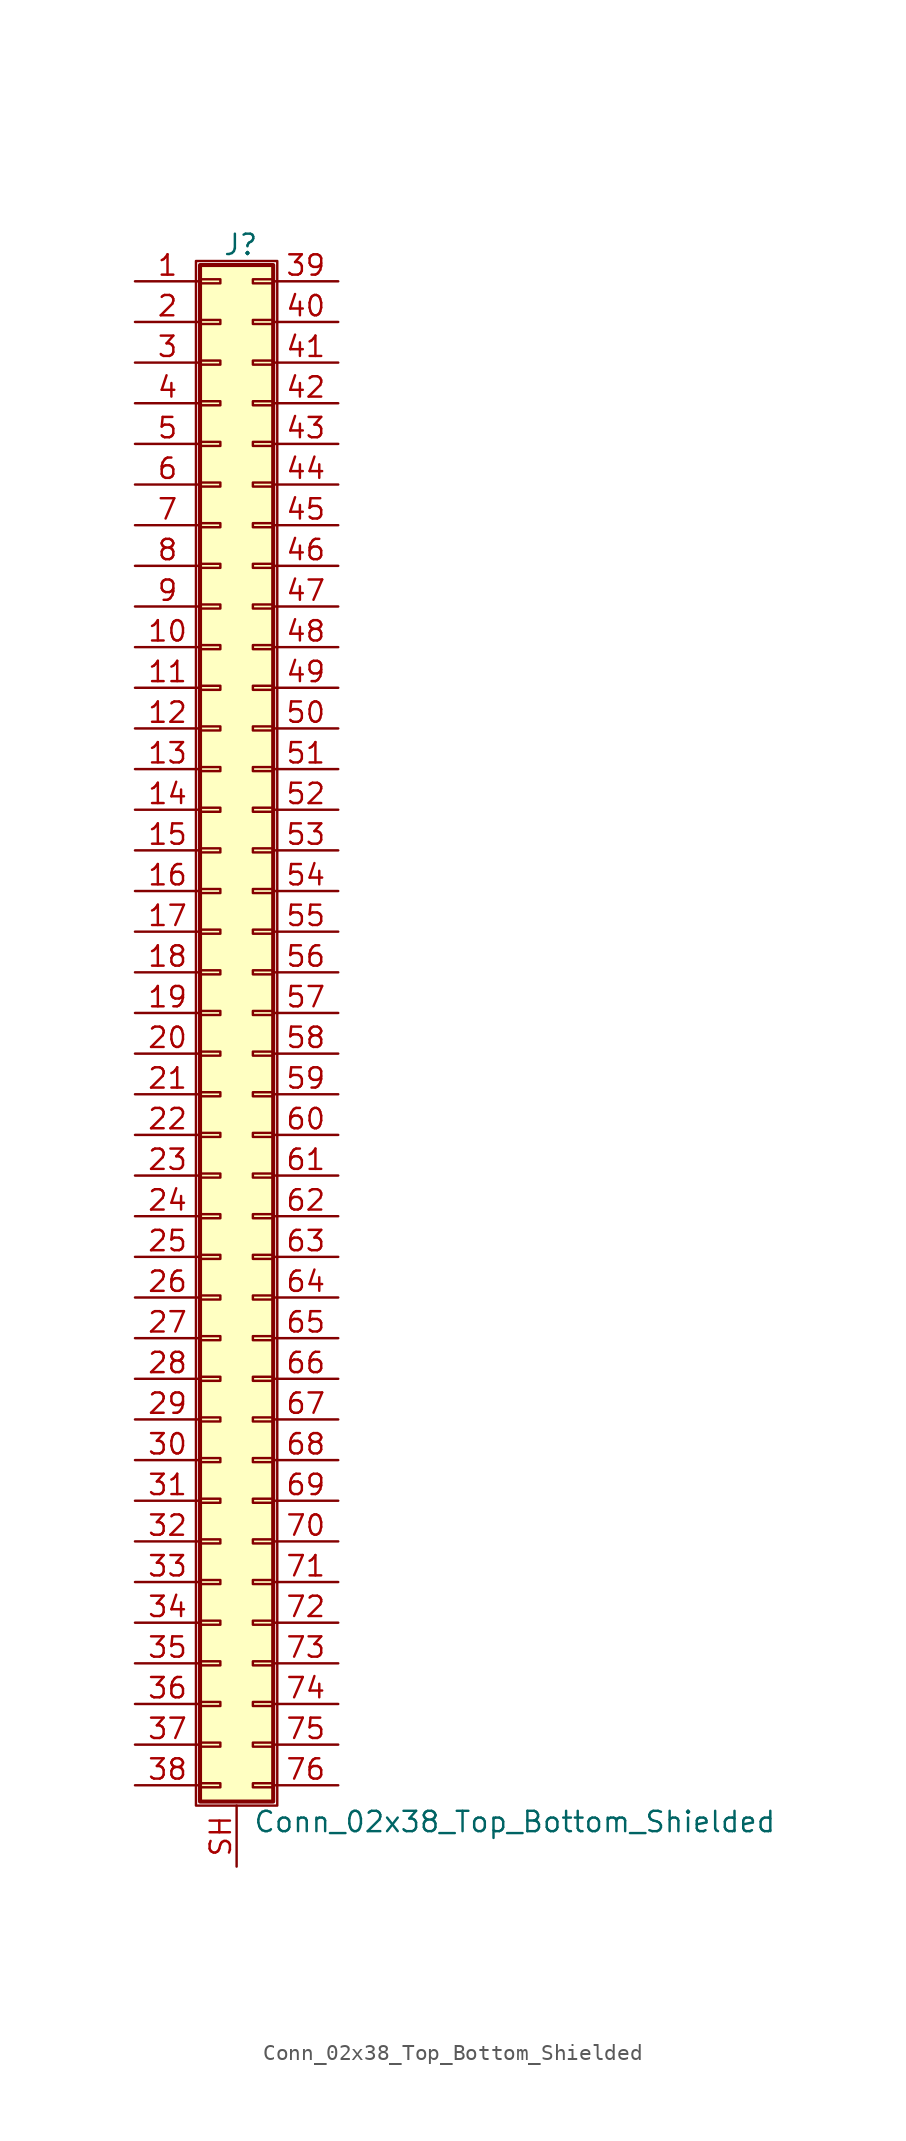
<source format=kicad_sym>
(kicad_symbol_lib
  (version 20220914)
  (generator kicad_symbol_editor)
  (symbol "Conn_02x38_Top_Bottom_Shielded"
    (pin_names
      (offset 1.016) hide)
    (property "Reference" "J"
      (at 1.524 48.006 0)
      (effects (font (size 1.27 1.27))))
    (property "Value" "Conn_02x38_Top_Bottom_Shielded"
      (at 2.286 -50.546 0)
      (effects (font (size 1.27 1.27)) (justify left)))
    (symbol "Conn_02x38_Top_Bottom_Shielded_1_1"
      (rectangle (start -1.27 46.99) (end 3.81 -49.53) (stroke (width 0.152) (type default)) (fill (type none)))
      (rectangle (start -1.016 -48.133) (end 0.254 -48.387) (stroke (width 0.152) (type default)) (fill (type none)))
      (rectangle (start -1.016 -45.593) (end 0.254 -45.847) (stroke (width 0.152) (type default)) (fill (type none)))
      (rectangle (start -1.016 -43.053) (end 0.254 -43.307) (stroke (width 0.152) (type default)) (fill (type none)))
      (rectangle (start -1.016 -40.513) (end 0.254 -40.767) (stroke (width 0.152) (type default)) (fill (type none)))
      (rectangle (start -1.016 -37.973) (end 0.254 -38.227) (stroke (width 0.152) (type default)) (fill (type none)))
      (rectangle (start -1.016 -35.433) (end 0.254 -35.687) (stroke (width 0.152) (type default)) (fill (type none)))
      (rectangle (start -1.016 -32.893) (end 0.254 -33.147) (stroke (width 0.152) (type default)) (fill (type none)))
      (rectangle (start -1.016 -30.353) (end 0.254 -30.607) (stroke (width 0.152) (type default)) (fill (type none)))
      (rectangle (start -1.016 -27.813) (end 0.254 -28.067) (stroke (width 0.152) (type default)) (fill (type none)))
      (rectangle (start -1.016 -25.273) (end 0.254 -25.527) (stroke (width 0.152) (type default)) (fill (type none)))
      (rectangle (start -1.016 -22.733) (end 0.254 -22.987) (stroke (width 0.152) (type default)) (fill (type none)))
      (rectangle (start -1.016 -20.193) (end 0.254 -20.447) (stroke (width 0.152) (type default)) (fill (type none)))
      (rectangle (start -1.016 -17.653) (end 0.254 -17.907) (stroke (width 0.152) (type default)) (fill (type none)))
      (rectangle (start -1.016 -15.113) (end 0.254 -15.367) (stroke (width 0.152) (type default)) (fill (type none)))
      (rectangle (start -1.016 -12.573) (end 0.254 -12.827) (stroke (width 0.152) (type default)) (fill (type none)))
      (rectangle (start -1.016 -10.033) (end 0.254 -10.287) (stroke (width 0.152) (type default)) (fill (type none)))
      (rectangle (start -1.016 -7.493) (end 0.254 -7.747) (stroke (width 0.152) (type default)) (fill (type none)))
      (rectangle (start -1.016 -4.953) (end 0.254 -5.207) (stroke (width 0.152) (type default)) (fill (type none)))
      (rectangle (start -1.016 -2.413) (end 0.254 -2.667) (stroke (width 0.152) (type default)) (fill (type none)))
      (rectangle (start -1.016 0.127) (end 0.254 -0.127) (stroke (width 0.152) (type default)) (fill (type none)))
      (rectangle (start -1.016 2.667) (end 0.254 2.413) (stroke (width 0.152) (type default)) (fill (type none)))
      (rectangle (start -1.016 5.207) (end 0.254 4.953) (stroke (width 0.152) (type default)) (fill (type none)))
      (rectangle (start -1.016 7.747) (end 0.254 7.493) (stroke (width 0.152) (type default)) (fill (type none)))
      (rectangle (start -1.016 10.287) (end 0.254 10.033) (stroke (width 0.152) (type default)) (fill (type none)))
      (rectangle (start -1.016 12.827) (end 0.254 12.573) (stroke (width 0.152) (type default)) (fill (type none)))
      (rectangle (start -1.016 15.367) (end 0.254 15.113) (stroke (width 0.152) (type default)) (fill (type none)))
      (rectangle (start -1.016 17.907) (end 0.254 17.653) (stroke (width 0.152) (type default)) (fill (type none)))
      (rectangle (start -1.016 20.447) (end 0.254 20.193) (stroke (width 0.152) (type default)) (fill (type none)))
      (rectangle (start -1.016 22.987) (end 0.254 22.733) (stroke (width 0.152) (type default)) (fill (type none)))
      (rectangle (start -1.016 25.527) (end 0.254 25.273) (stroke (width 0.152) (type default)) (fill (type none)))
      (rectangle (start -1.016 28.067) (end 0.254 27.813) (stroke (width 0.152) (type default)) (fill (type none)))
      (rectangle (start -1.016 30.607) (end 0.254 30.353) (stroke (width 0.152) (type default)) (fill (type none)))
      (rectangle (start -1.016 33.147) (end 0.254 32.893) (stroke (width 0.152) (type default)) (fill (type none)))
      (rectangle (start -1.016 35.687) (end 0.254 35.433) (stroke (width 0.152) (type default)) (fill (type none)))
      (rectangle (start -1.016 38.227) (end 0.254 37.973) (stroke (width 0.152) (type default)) (fill (type none)))
      (rectangle (start -1.016 40.767) (end 0.254 40.513) (stroke (width 0.152) (type default)) (fill (type none)))
      (rectangle (start -1.016 43.307) (end 0.254 43.053) (stroke (width 0.152) (type default)) (fill (type none)))
      (rectangle (start -1.016 45.847) (end 0.254 45.593) (stroke (width 0.152) (type default)) (fill (type none)))
      (rectangle (start -1.016 46.736) (end 3.556 -49.276) (stroke (width 0.254) (type default)) (fill (type background)))
      (rectangle (start 3.556 -48.133) (end 2.286 -48.387) (stroke (width 0.152) (type default)) (fill (type none)))
      (rectangle (start 3.556 -45.593) (end 2.286 -45.847) (stroke (width 0.152) (type default)) (fill (type none)))
      (rectangle (start 3.556 -43.053) (end 2.286 -43.307) (stroke (width 0.152) (type default)) (fill (type none)))
      (rectangle (start 3.556 -40.513) (end 2.286 -40.767) (stroke (width 0.152) (type default)) (fill (type none)))
      (rectangle (start 3.556 -37.973) (end 2.286 -38.227) (stroke (width 0.152) (type default)) (fill (type none)))
      (rectangle (start 3.556 -35.433) (end 2.286 -35.687) (stroke (width 0.152) (type default)) (fill (type none)))
      (rectangle (start 3.556 -32.893) (end 2.286 -33.147) (stroke (width 0.152) (type default)) (fill (type none)))
      (rectangle (start 3.556 -30.353) (end 2.286 -30.607) (stroke (width 0.152) (type default)) (fill (type none)))
      (rectangle (start 3.556 -27.813) (end 2.286 -28.067) (stroke (width 0.152) (type default)) (fill (type none)))
      (rectangle (start 3.556 -25.273) (end 2.286 -25.527) (stroke (width 0.152) (type default)) (fill (type none)))
      (rectangle (start 3.556 -22.733) (end 2.286 -22.987) (stroke (width 0.152) (type default)) (fill (type none)))
      (rectangle (start 3.556 -20.193) (end 2.286 -20.447) (stroke (width 0.152) (type default)) (fill (type none)))
      (rectangle (start 3.556 -17.653) (end 2.286 -17.907) (stroke (width 0.152) (type default)) (fill (type none)))
      (rectangle (start 3.556 -15.113) (end 2.286 -15.367) (stroke (width 0.152) (type default)) (fill (type none)))
      (rectangle (start 3.556 -12.573) (end 2.286 -12.827) (stroke (width 0.152) (type default)) (fill (type none)))
      (rectangle (start 3.556 -10.033) (end 2.286 -10.287) (stroke (width 0.152) (type default)) (fill (type none)))
      (rectangle (start 3.556 -7.493) (end 2.286 -7.747) (stroke (width 0.152) (type default)) (fill (type none)))
      (rectangle (start 3.556 -4.953) (end 2.286 -5.207) (stroke (width 0.152) (type default)) (fill (type none)))
      (rectangle (start 3.556 -2.413) (end 2.286 -2.667) (stroke (width 0.152) (type default)) (fill (type none)))
      (rectangle (start 3.556 0.127) (end 2.286 -0.127) (stroke (width 0.152) (type default)) (fill (type none)))
      (rectangle (start 3.556 2.667) (end 2.286 2.413) (stroke (width 0.152) (type default)) (fill (type none)))
      (rectangle (start 3.556 5.207) (end 2.286 4.953) (stroke (width 0.152) (type default)) (fill (type none)))
      (rectangle (start 3.556 7.747) (end 2.286 7.493) (stroke (width 0.152) (type default)) (fill (type none)))
      (rectangle (start 3.556 10.287) (end 2.286 10.033) (stroke (width 0.152) (type default)) (fill (type none)))
      (rectangle (start 3.556 12.827) (end 2.286 12.573) (stroke (width 0.152) (type default)) (fill (type none)))
      (rectangle (start 3.556 15.367) (end 2.286 15.113) (stroke (width 0.152) (type default)) (fill (type none)))
      (rectangle (start 3.556 17.907) (end 2.286 17.653) (stroke (width 0.152) (type default)) (fill (type none)))
      (rectangle (start 3.556 20.447) (end 2.286 20.193) (stroke (width 0.152) (type default)) (fill (type none)))
      (rectangle (start 3.556 22.987) (end 2.286 22.733) (stroke (width 0.152) (type default)) (fill (type none)))
      (rectangle (start 3.556 25.527) (end 2.286 25.273) (stroke (width 0.152) (type default)) (fill (type none)))
      (rectangle (start 3.556 28.067) (end 2.286 27.813) (stroke (width 0.152) (type default)) (fill (type none)))
      (rectangle (start 3.556 30.607) (end 2.286 30.353) (stroke (width 0.152) (type default)) (fill (type none)))
      (rectangle (start 3.556 33.147) (end 2.286 32.893) (stroke (width 0.152) (type default)) (fill (type none)))
      (rectangle (start 3.556 35.687) (end 2.286 35.433) (stroke (width 0.152) (type default)) (fill (type none)))
      (rectangle (start 3.556 38.227) (end 2.286 37.973) (stroke (width 0.152) (type default)) (fill (type none)))
      (rectangle (start 3.556 40.767) (end 2.286 40.513) (stroke (width 0.152) (type default)) (fill (type none)))
      (rectangle (start 3.556 43.307) (end 2.286 43.053) (stroke (width 0.152) (type default)) (fill (type none)))
      (rectangle (start 3.556 45.847) (end 2.286 45.593) (stroke (width 0.152) (type default)) (fill (type none)))
      (pin passive line (at -5.08 45.72 0) (length 4.064) (name "Pin_1" (effects (font (size 1.27 1.27)))) (number "1" (effects (font (size 1.27 1.27)))))
      (pin passive line (at -5.08 22.86 0) (length 4.064) (name "Pin_10" (effects (font (size 1.27 1.27)))) (number "10" (effects (font (size 1.27 1.27)))))
      (pin passive line (at -5.08 20.32 0) (length 4.064) (name "Pin_11" (effects (font (size 1.27 1.27)))) (number "11" (effects (font (size 1.27 1.27)))))
      (pin passive line (at -5.08 17.78 0) (length 4.064) (name "Pin_12" (effects (font (size 1.27 1.27)))) (number "12" (effects (font (size 1.27 1.27)))))
      (pin passive line (at -5.08 15.24 0) (length 4.064) (name "Pin_13" (effects (font (size 1.27 1.27)))) (number "13" (effects (font (size 1.27 1.27)))))
      (pin passive line (at -5.08 12.7 0) (length 4.064) (name "Pin_14" (effects (font (size 1.27 1.27)))) (number "14" (effects (font (size 1.27 1.27)))))
      (pin passive line (at -5.08 10.16 0) (length 4.064) (name "Pin_15" (effects (font (size 1.27 1.27)))) (number "15" (effects (font (size 1.27 1.27)))))
      (pin passive line (at -5.08 7.62 0) (length 4.064) (name "Pin_16" (effects (font (size 1.27 1.27)))) (number "16" (effects (font (size 1.27 1.27)))))
      (pin passive line (at -5.08 5.08 0) (length 4.064) (name "Pin_17" (effects (font (size 1.27 1.27)))) (number "17" (effects (font (size 1.27 1.27)))))
      (pin passive line (at -5.08 2.54 0) (length 4.064) (name "Pin_18" (effects (font (size 1.27 1.27)))) (number "18" (effects (font (size 1.27 1.27)))))
      (pin passive line (at -5.08 0 0) (length 4.064) (name "Pin_19" (effects (font (size 1.27 1.27)))) (number "19" (effects (font (size 1.27 1.27)))))
      (pin passive line (at -5.08 43.18 0) (length 4.064) (name "Pin_2" (effects (font (size 1.27 1.27)))) (number "2" (effects (font (size 1.27 1.27)))))
      (pin passive line (at -5.08 -2.54 0) (length 4.064) (name "Pin_20" (effects (font (size 1.27 1.27)))) (number "20" (effects (font (size 1.27 1.27)))))
      (pin passive line (at -5.08 -5.08 0) (length 4.064) (name "Pin_21" (effects (font (size 1.27 1.27)))) (number "21" (effects (font (size 1.27 1.27)))))
      (pin passive line (at -5.08 -7.62 0) (length 4.064) (name "Pin_22" (effects (font (size 1.27 1.27)))) (number "22" (effects (font (size 1.27 1.27)))))
      (pin passive line (at -5.08 -10.16 0) (length 4.064) (name "Pin_23" (effects (font (size 1.27 1.27)))) (number "23" (effects (font (size 1.27 1.27)))))
      (pin passive line (at -5.08 -12.7 0) (length 4.064) (name "Pin_24" (effects (font (size 1.27 1.27)))) (number "24" (effects (font (size 1.27 1.27)))))
      (pin passive line (at -5.08 -15.24 0) (length 4.064) (name "Pin_25" (effects (font (size 1.27 1.27)))) (number "25" (effects (font (size 1.27 1.27)))))
      (pin passive line (at -5.08 -17.78 0) (length 4.064) (name "Pin_26" (effects (font (size 1.27 1.27)))) (number "26" (effects (font (size 1.27 1.27)))))
      (pin passive line (at -5.08 -20.32 0) (length 4.064) (name "Pin_27" (effects (font (size 1.27 1.27)))) (number "27" (effects (font (size 1.27 1.27)))))
      (pin passive line (at -5.08 -22.86 0) (length 4.064) (name "Pin_28" (effects (font (size 1.27 1.27)))) (number "28" (effects (font (size 1.27 1.27)))))
      (pin passive line (at -5.08 -25.4 0) (length 4.064) (name "Pin_29" (effects (font (size 1.27 1.27)))) (number "29" (effects (font (size 1.27 1.27)))))
      (pin passive line (at -5.08 40.64 0) (length 4.064) (name "Pin_3" (effects (font (size 1.27 1.27)))) (number "3" (effects (font (size 1.27 1.27)))))
      (pin passive line (at -5.08 -27.94 0) (length 4.064) (name "Pin_30" (effects (font (size 1.27 1.27)))) (number "30" (effects (font (size 1.27 1.27)))))
      (pin passive line (at -5.08 -30.48 0) (length 4.064) (name "Pin_31" (effects (font (size 1.27 1.27)))) (number "31" (effects (font (size 1.27 1.27)))))
      (pin passive line (at -5.08 -33.02 0) (length 4.064) (name "Pin_32" (effects (font (size 1.27 1.27)))) (number "32" (effects (font (size 1.27 1.27)))))
      (pin passive line (at -5.08 -35.56 0) (length 4.064) (name "Pin_33" (effects (font (size 1.27 1.27)))) (number "33" (effects (font (size 1.27 1.27)))))
      (pin passive line (at -5.08 -38.1 0) (length 4.064) (name "Pin_34" (effects (font (size 1.27 1.27)))) (number "34" (effects (font (size 1.27 1.27)))))
      (pin passive line (at -5.08 -40.64 0) (length 4.064) (name "Pin_35" (effects (font (size 1.27 1.27)))) (number "35" (effects (font (size 1.27 1.27)))))
      (pin passive line (at -5.08 -43.18 0) (length 4.064) (name "Pin_36" (effects (font (size 1.27 1.27)))) (number "36" (effects (font (size 1.27 1.27)))))
      (pin passive line (at -5.08 -45.72 0) (length 4.064) (name "Pin_37" (effects (font (size 1.27 1.27)))) (number "37" (effects (font (size 1.27 1.27)))))
      (pin passive line (at -5.08 -48.26 0) (length 4.064) (name "Pin_38" (effects (font (size 1.27 1.27)))) (number "38" (effects (font (size 1.27 1.27)))))
      (pin passive line (at 7.62 45.72 180) (length 4.064) (name "Pin_39" (effects (font (size 1.27 1.27)))) (number "39" (effects (font (size 1.27 1.27)))))
      (pin passive line (at -5.08 38.1 0) (length 4.064) (name "Pin_4" (effects (font (size 1.27 1.27)))) (number "4" (effects (font (size 1.27 1.27)))))
      (pin passive line (at 7.62 43.18 180) (length 4.064) (name "Pin_40" (effects (font (size 1.27 1.27)))) (number "40" (effects (font (size 1.27 1.27)))))
      (pin passive line (at 7.62 40.64 180) (length 4.064) (name "Pin_41" (effects (font (size 1.27 1.27)))) (number "41" (effects (font (size 1.27 1.27)))))
      (pin passive line (at 7.62 38.1 180) (length 4.064) (name "Pin_42" (effects (font (size 1.27 1.27)))) (number "42" (effects (font (size 1.27 1.27)))))
      (pin passive line (at 7.62 35.56 180) (length 4.064) (name "Pin_43" (effects (font (size 1.27 1.27)))) (number "43" (effects (font (size 1.27 1.27)))))
      (pin passive line (at 7.62 33.02 180) (length 4.064) (name "Pin_44" (effects (font (size 1.27 1.27)))) (number "44" (effects (font (size 1.27 1.27)))))
      (pin passive line (at 7.62 30.48 180) (length 4.064) (name "Pin_45" (effects (font (size 1.27 1.27)))) (number "45" (effects (font (size 1.27 1.27)))))
      (pin passive line (at 7.62 27.94 180) (length 4.064) (name "Pin_46" (effects (font (size 1.27 1.27)))) (number "46" (effects (font (size 1.27 1.27)))))
      (pin passive line (at 7.62 25.4 180) (length 4.064) (name "Pin_47" (effects (font (size 1.27 1.27)))) (number "47" (effects (font (size 1.27 1.27)))))
      (pin passive line (at 7.62 22.86 180) (length 4.064) (name "Pin_48" (effects (font (size 1.27 1.27)))) (number "48" (effects (font (size 1.27 1.27)))))
      (pin passive line (at 7.62 20.32 180) (length 4.064) (name "Pin_49" (effects (font (size 1.27 1.27)))) (number "49" (effects (font (size 1.27 1.27)))))
      (pin passive line (at -5.08 35.56 0) (length 4.064) (name "Pin_5" (effects (font (size 1.27 1.27)))) (number "5" (effects (font (size 1.27 1.27)))))
      (pin passive line (at 7.62 17.78 180) (length 4.064) (name "Pin_50" (effects (font (size 1.27 1.27)))) (number "50" (effects (font (size 1.27 1.27)))))
      (pin passive line (at 7.62 15.24 180) (length 4.064) (name "Pin_51" (effects (font (size 1.27 1.27)))) (number "51" (effects (font (size 1.27 1.27)))))
      (pin passive line (at 7.62 12.7 180) (length 4.064) (name "Pin_52" (effects (font (size 1.27 1.27)))) (number "52" (effects (font (size 1.27 1.27)))))
      (pin passive line (at 7.62 10.16 180) (length 4.064) (name "Pin_53" (effects (font (size 1.27 1.27)))) (number "53" (effects (font (size 1.27 1.27)))))
      (pin passive line (at 7.62 7.62 180) (length 4.064) (name "Pin_54" (effects (font (size 1.27 1.27)))) (number "54" (effects (font (size 1.27 1.27)))))
      (pin passive line (at 7.62 5.08 180) (length 4.064) (name "Pin_55" (effects (font (size 1.27 1.27)))) (number "55" (effects (font (size 1.27 1.27)))))
      (pin passive line (at 7.62 2.54 180) (length 4.064) (name "Pin_56" (effects (font (size 1.27 1.27)))) (number "56" (effects (font (size 1.27 1.27)))))
      (pin passive line (at 7.62 0 180) (length 4.064) (name "Pin_57" (effects (font (size 1.27 1.27)))) (number "57" (effects (font (size 1.27 1.27)))))
      (pin passive line (at 7.62 -2.54 180) (length 4.064) (name "Pin_58" (effects (font (size 1.27 1.27)))) (number "58" (effects (font (size 1.27 1.27)))))
      (pin passive line (at 7.62 -5.08 180) (length 4.064) (name "Pin_59" (effects (font (size 1.27 1.27)))) (number "59" (effects (font (size 1.27 1.27)))))
      (pin passive line (at -5.08 33.02 0) (length 4.064) (name "Pin_6" (effects (font (size 1.27 1.27)))) (number "6" (effects (font (size 1.27 1.27)))))
      (pin passive line (at 7.62 -7.62 180) (length 4.064) (name "Pin_60" (effects (font (size 1.27 1.27)))) (number "60" (effects (font (size 1.27 1.27)))))
      (pin passive line (at 7.62 -10.16 180) (length 4.064) (name "Pin_61" (effects (font (size 1.27 1.27)))) (number "61" (effects (font (size 1.27 1.27)))))
      (pin passive line (at 7.62 -12.7 180) (length 4.064) (name "Pin_62" (effects (font (size 1.27 1.27)))) (number "62" (effects (font (size 1.27 1.27)))))
      (pin passive line (at 7.62 -15.24 180) (length 4.064) (name "Pin_63" (effects (font (size 1.27 1.27)))) (number "63" (effects (font (size 1.27 1.27)))))
      (pin passive line (at 7.62 -17.78 180) (length 4.064) (name "Pin_64" (effects (font (size 1.27 1.27)))) (number "64" (effects (font (size 1.27 1.27)))))
      (pin passive line (at 7.62 -20.32 180) (length 4.064) (name "Pin_65" (effects (font (size 1.27 1.27)))) (number "65" (effects (font (size 1.27 1.27)))))
      (pin passive line (at 7.62 -22.86 180) (length 4.064) (name "Pin_66" (effects (font (size 1.27 1.27)))) (number "66" (effects (font (size 1.27 1.27)))))
      (pin passive line (at 7.62 -25.4 180) (length 4.064) (name "Pin_67" (effects (font (size 1.27 1.27)))) (number "67" (effects (font (size 1.27 1.27)))))
      (pin passive line (at 7.62 -27.94 180) (length 4.064) (name "Pin_68" (effects (font (size 1.27 1.27)))) (number "68" (effects (font (size 1.27 1.27)))))
      (pin passive line (at 7.62 -30.48 180) (length 4.064) (name "Pin_69" (effects (font (size 1.27 1.27)))) (number "69" (effects (font (size 1.27 1.27)))))
      (pin passive line (at -5.08 30.48 0) (length 4.064) (name "Pin_7" (effects (font (size 1.27 1.27)))) (number "7" (effects (font (size 1.27 1.27)))))
      (pin passive line (at 7.62 -33.02 180) (length 4.064) (name "Pin_70" (effects (font (size 1.27 1.27)))) (number "70" (effects (font (size 1.27 1.27)))))
      (pin passive line (at 7.62 -35.56 180) (length 4.064) (name "Pin_71" (effects (font (size 1.27 1.27)))) (number "71" (effects (font (size 1.27 1.27)))))
      (pin passive line (at 7.62 -38.1 180) (length 4.064) (name "Pin_72" (effects (font (size 1.27 1.27)))) (number "72" (effects (font (size 1.27 1.27)))))
      (pin passive line (at 7.62 -40.64 180) (length 4.064) (name "Pin_73" (effects (font (size 1.27 1.27)))) (number "73" (effects (font (size 1.27 1.27)))))
      (pin passive line (at 7.62 -43.18 180) (length 4.064) (name "Pin_74" (effects (font (size 1.27 1.27)))) (number "74" (effects (font (size 1.27 1.27)))))
      (pin passive line (at 7.62 -45.72 180) (length 4.064) (name "Pin_75" (effects (font (size 1.27 1.27)))) (number "75" (effects (font (size 1.27 1.27)))))
      (pin passive line (at 7.62 -48.26 180) (length 4.064) (name "Pin_76" (effects (font (size 1.27 1.27)))) (number "76" (effects (font (size 1.27 1.27)))))
      (pin passive line (at -5.08 27.94 0) (length 4.064) (name "Pin_8" (effects (font (size 1.27 1.27)))) (number "8" (effects (font (size 1.27 1.27)))))
      (pin passive line (at -5.08 25.4 0) (length 4.064) (name "Pin_9" (effects (font (size 1.27 1.27)))) (number "9" (effects (font (size 1.27 1.27)))))
      (pin passive line (at 1.27 -53.34 90) (length 3.81) (name "Shield" (effects (font (size 1.27 1.27)))) (number "SH" (effects (font (size 1.27 1.27))))))))
</source>
